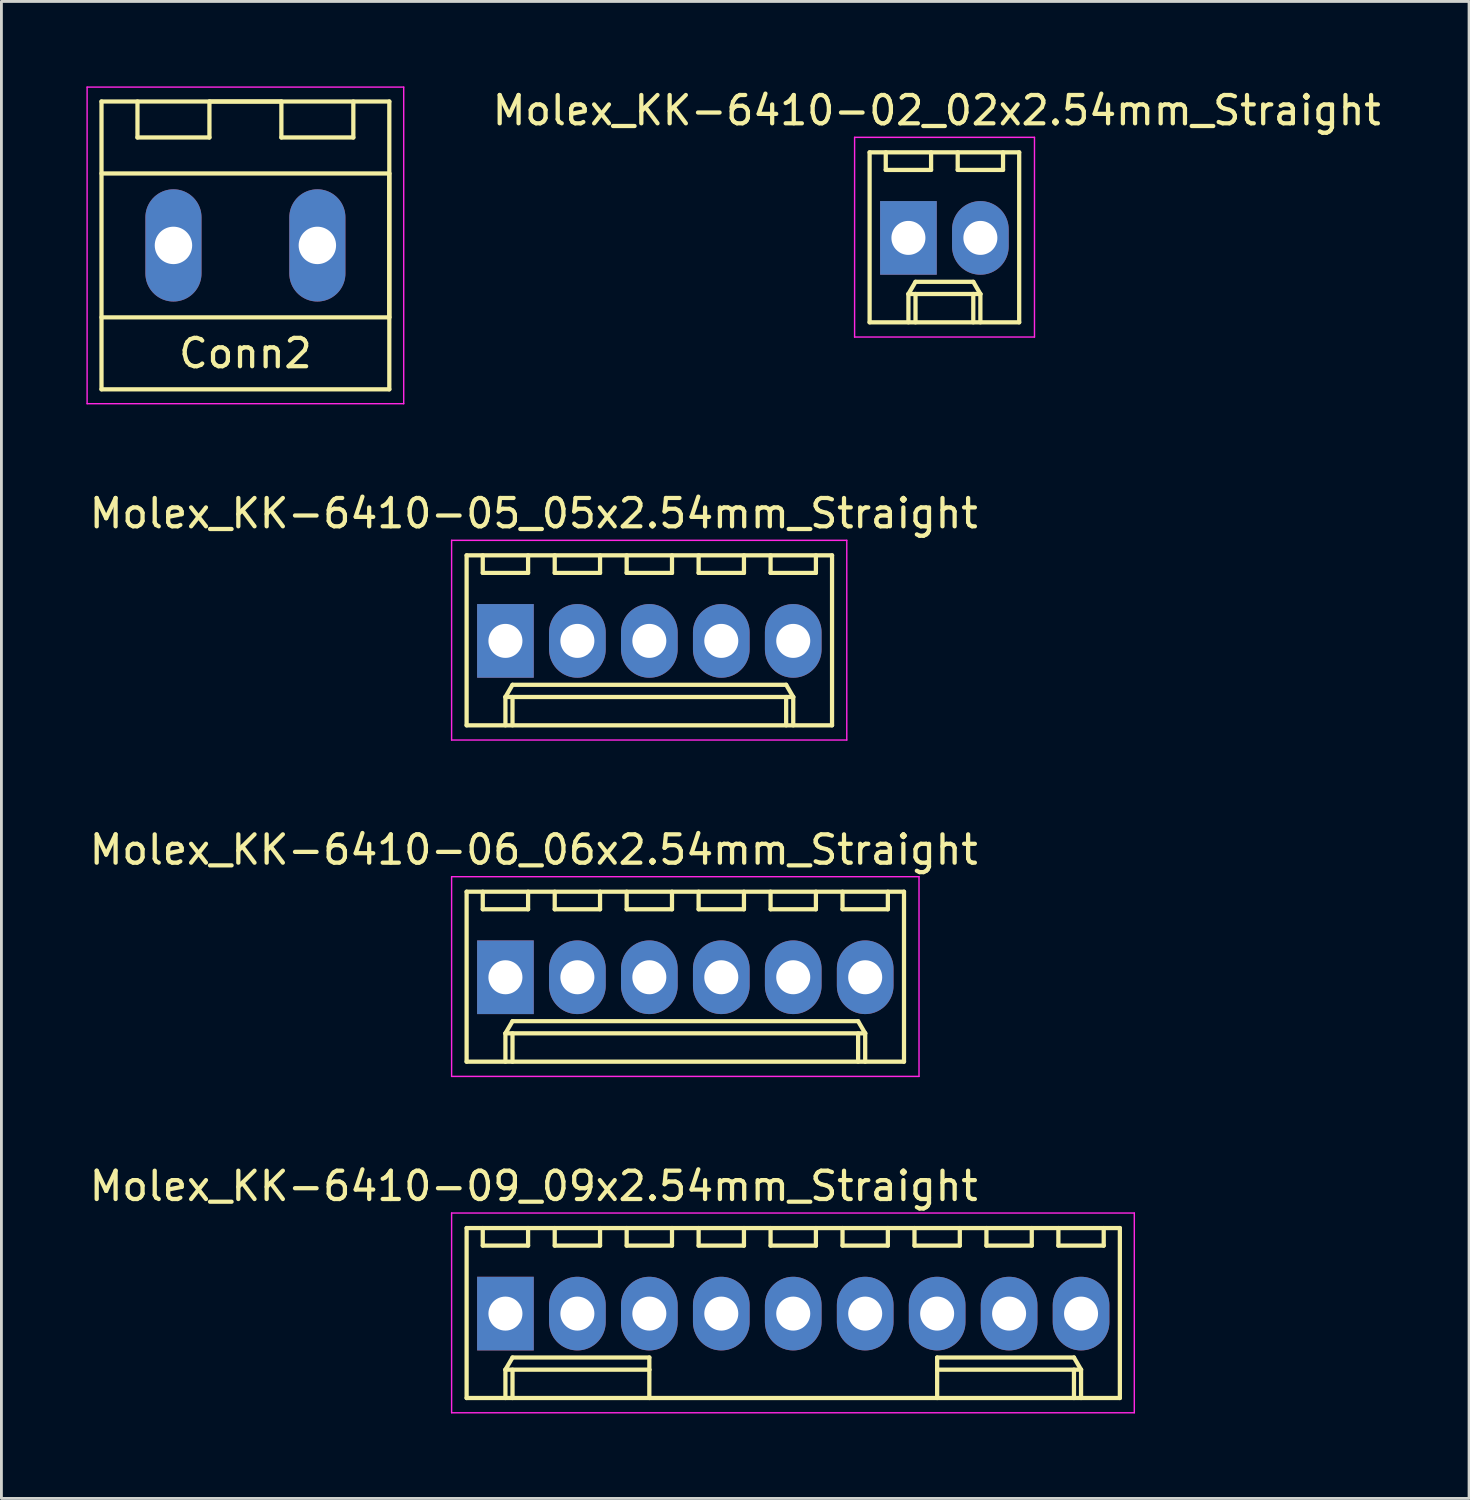
<source format=kicad_pcb>
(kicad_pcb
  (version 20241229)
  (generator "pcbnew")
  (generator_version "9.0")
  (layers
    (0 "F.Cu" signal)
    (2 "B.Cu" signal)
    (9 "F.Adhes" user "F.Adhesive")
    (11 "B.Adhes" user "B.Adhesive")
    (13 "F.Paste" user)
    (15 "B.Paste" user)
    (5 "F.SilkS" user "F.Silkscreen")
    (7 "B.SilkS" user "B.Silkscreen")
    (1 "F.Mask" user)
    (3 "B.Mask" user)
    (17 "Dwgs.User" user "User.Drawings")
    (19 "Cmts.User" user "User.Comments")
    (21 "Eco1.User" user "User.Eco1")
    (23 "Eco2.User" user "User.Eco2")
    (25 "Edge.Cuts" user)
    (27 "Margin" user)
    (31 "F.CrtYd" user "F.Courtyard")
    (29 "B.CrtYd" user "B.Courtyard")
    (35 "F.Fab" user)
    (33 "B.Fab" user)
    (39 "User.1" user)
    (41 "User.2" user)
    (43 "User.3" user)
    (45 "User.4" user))
  (footprint "Molex_KK-6410-09_09x2.54mm_Straight"
    (layer "F.Cu")
    (at 14.792 43.321)
    (property "Reference" "Molex_KK-6410-09_09x2.54mm_Straight" (at 1 -4.5 0) (layer "F.SilkS") (effects (font (size 1 1) (thickness 0.15))))
    (attr through_hole)
    (fp_line (start -1.37 -3.02) (end -1.37 2.98) (stroke (width 0.15) (type solid)) (layer "F.SilkS"))
    (fp_line (start -1.37 2.98) (end 21.69 2.98) (stroke (width 0.15) (type solid)) (layer "F.SilkS"))
    (fp_line (start -0.8 -3.02) (end -0.8 -2.4) (stroke (width 0.15) (type solid)) (layer "F.SilkS"))
    (fp_line (start -0.8 -2.4) (end 0.8 -2.4) (stroke (width 0.15) (type solid)) (layer "F.SilkS"))
    (fp_line (start 0 1.98) (end 0.25 1.55) (stroke (width 0.15) (type solid)) (layer "F.SilkS"))
    (fp_line (start 0 1.98) (end 5.08 1.98) (stroke (width 0.15) (type solid)) (layer "F.SilkS"))
    (fp_line (start 0 2.98) (end 0 1.98) (stroke (width 0.15) (type solid)) (layer "F.SilkS"))
    (fp_line (start 0.25 1.55) (end 5.08 1.55) (stroke (width 0.15) (type solid)) (layer "F.SilkS"))
    (fp_line (start 0.25 2.98) (end 0.25 1.98) (stroke (width 0.15) (type solid)) (layer "F.SilkS"))
    (fp_line (start 0.8 -2.4) (end 0.8 -3.02) (stroke (width 0.15) (type solid)) (layer "F.SilkS"))
    (fp_line (start 1.74 -3.02) (end 1.74 -2.4) (stroke (width 0.15) (type solid)) (layer "F.SilkS"))
    (fp_line (start 1.74 -2.4) (end 3.34 -2.4) (stroke (width 0.15) (type solid)) (layer "F.SilkS"))
    (fp_line (start 3.34 -2.4) (end 3.34 -3.02) (stroke (width 0.15) (type solid)) (layer "F.SilkS"))
    (fp_line (start 4.28 -3.02) (end 4.28 -2.4) (stroke (width 0.15) (type solid)) (layer "F.SilkS"))
    (fp_line (start 4.28 -2.4) (end 5.88 -2.4) (stroke (width 0.15) (type solid)) (layer "F.SilkS"))
    (fp_line (start 5.08 1.55) (end 5.08 1.98) (stroke (width 0.15) (type solid)) (layer "F.SilkS"))
    (fp_line (start 5.08 1.98) (end 5.08 2.98) (stroke (width 0.15) (type solid)) (layer "F.SilkS"))
    (fp_line (start 5.88 -2.4) (end 5.88 -3.02) (stroke (width 0.15) (type solid)) (layer "F.SilkS"))
    (fp_line (start 6.82 -3.02) (end 6.82 -2.4) (stroke (width 0.15) (type solid)) (layer "F.SilkS"))
    (fp_line (start 6.82 -2.4) (end 8.42 -2.4) (stroke (width 0.15) (type solid)) (layer "F.SilkS"))
    (fp_line (start 8.42 -2.4) (end 8.42 -3.02) (stroke (width 0.15) (type solid)) (layer "F.SilkS"))
    (fp_line (start 9.36 -3.02) (end 9.36 -2.4) (stroke (width 0.15) (type solid)) (layer "F.SilkS"))
    (fp_line (start 9.36 -2.4) (end 10.96 -2.4) (stroke (width 0.15) (type solid)) (layer "F.SilkS"))
    (fp_line (start 10.96 -2.4) (end 10.96 -3.02) (stroke (width 0.15) (type solid)) (layer "F.SilkS"))
    (fp_line (start 11.9 -3.02) (end 11.9 -2.4) (stroke (width 0.15) (type solid)) (layer "F.SilkS"))
    (fp_line (start 11.9 -2.4) (end 13.5 -2.4) (stroke (width 0.15) (type solid)) (layer "F.SilkS"))
    (fp_line (start 13.5 -2.4) (end 13.5 -3.02) (stroke (width 0.15) (type solid)) (layer "F.SilkS"))
    (fp_line (start 14.44 -3.02) (end 14.44 -2.4) (stroke (width 0.15) (type solid)) (layer "F.SilkS"))
    (fp_line (start 14.44 -2.4) (end 16.04 -2.4) (stroke (width 0.15) (type solid)) (layer "F.SilkS"))
    (fp_line (start 15.24 1.55) (end 15.24 1.98) (stroke (width 0.15) (type solid)) (layer "F.SilkS"))
    (fp_line (start 15.24 1.98) (end 15.24 2.98) (stroke (width 0.15) (type solid)) (layer "F.SilkS"))
    (fp_line (start 16.04 -2.4) (end 16.04 -3.02) (stroke (width 0.15) (type solid)) (layer "F.SilkS"))
    (fp_line (start 16.98 -3.02) (end 16.98 -2.4) (stroke (width 0.15) (type solid)) (layer "F.SilkS"))
    (fp_line (start 16.98 -2.4) (end 18.58 -2.4) (stroke (width 0.15) (type solid)) (layer "F.SilkS"))
    (fp_line (start 18.58 -2.4) (end 18.58 -3.02) (stroke (width 0.15) (type solid)) (layer "F.SilkS"))
    (fp_line (start 19.52 -3.02) (end 19.52 -2.4) (stroke (width 0.15) (type solid)) (layer "F.SilkS"))
    (fp_line (start 19.52 -2.4) (end 21.12 -2.4) (stroke (width 0.15) (type solid)) (layer "F.SilkS"))
    (fp_line (start 20.07 1.55) (end 15.24 1.55) (stroke (width 0.15) (type solid)) (layer "F.SilkS"))
    (fp_line (start 20.07 2.98) (end 20.07 1.98) (stroke (width 0.15) (type solid)) (layer "F.SilkS"))
    (fp_line (start 20.32 1.98) (end 15.24 1.98) (stroke (width 0.15) (type solid)) (layer "F.SilkS"))
    (fp_line (start 20.32 1.98) (end 20.07 1.55) (stroke (width 0.15) (type solid)) (layer "F.SilkS"))
    (fp_line (start 20.32 2.98) (end 20.32 1.98) (stroke (width 0.15) (type solid)) (layer "F.SilkS"))
    (fp_line (start 21.12 -2.4) (end 21.12 -3.02) (stroke (width 0.15) (type solid)) (layer "F.SilkS"))
    (fp_line (start 21.69 -3.02) (end -1.37 -3.02) (stroke (width 0.15) (type solid)) (layer "F.SilkS"))
    (fp_line (start 21.69 2.98) (end 21.69 -3.02) (stroke (width 0.15) (type solid)) (layer "F.SilkS"))
    (fp_line (start -1.9 -3.55) (end 22.2 -3.55) (stroke (width 0.05) (type solid)) (layer "F.CrtYd"))
    (fp_line (start -1.9 3.5) (end -1.9 -3.55) (stroke (width 0.05) (type solid)) (layer "F.CrtYd"))
    (fp_line (start 22.2 -3.55) (end 22.2 3.5) (stroke (width 0.05) (type solid)) (layer "F.CrtYd"))
    (fp_line (start 22.2 3.5) (end -1.9 3.5) (stroke (width 0.05) (type solid)) (layer "F.CrtYd"))
    (pad "1" thru_hole rect (at 0 0) (size 2 2.6) (drill 1.2) (layers "*.Cu" "*.Mask"))
    (pad "2" thru_hole oval (at 2.54 0) (size 2 2.6) (drill 1.2) (layers "*.Cu" "*.Mask"))
    (pad "3" thru_hole oval (at 5.08 0) (size 2 2.6) (drill 1.2) (layers "*.Cu" "*.Mask"))
    (pad "4" thru_hole oval (at 7.62 0) (size 2 2.6) (drill 1.2) (layers "*.Cu" "*.Mask"))
    (pad "5" thru_hole oval (at 10.16 0) (size 2 2.6) (drill 1.2) (layers "*.Cu" "*.Mask"))
    (pad "6" thru_hole oval (at 12.7 0) (size 2 2.6) (drill 1.2) (layers "*.Cu" "*.Mask"))
    (pad "7" thru_hole oval (at 15.24 0) (size 2 2.6) (drill 1.2) (layers "*.Cu" "*.Mask"))
    (pad "8" thru_hole oval (at 17.78 0) (size 2 2.6) (drill 1.2) (layers "*.Cu" "*.Mask"))
    (pad "9" thru_hole oval (at 20.32 0) (size 2 2.6) (drill 1.2) (layers "*.Cu" "*.Mask")))
  (footprint "Molex_KK-6410-06_06x2.54mm_Straight"
    (layer "F.Cu")
    (at 14.792 31.448)
    (property "Reference" "Molex_KK-6410-06_06x2.54mm_Straight" (at 1 -4.5 0) (layer "F.SilkS") (effects (font (size 1 1) (thickness 0.15))))
    (attr through_hole)
    (fp_line (start -1.37 -3.02) (end -1.37 2.98) (stroke (width 0.15) (type solid)) (layer "F.SilkS"))
    (fp_line (start -1.37 2.98) (end 14.07 2.98) (stroke (width 0.15) (type solid)) (layer "F.SilkS"))
    (fp_line (start -0.8 -3.02) (end -0.8 -2.4) (stroke (width 0.15) (type solid)) (layer "F.SilkS"))
    (fp_line (start -0.8 -2.4) (end 0.8 -2.4) (stroke (width 0.15) (type solid)) (layer "F.SilkS"))
    (fp_line (start 0 1.98) (end 0.25 1.55) (stroke (width 0.15) (type solid)) (layer "F.SilkS"))
    (fp_line (start 0 1.98) (end 12.7 1.98) (stroke (width 0.15) (type solid)) (layer "F.SilkS"))
    (fp_line (start 0 2.98) (end 0 1.98) (stroke (width 0.15) (type solid)) (layer "F.SilkS"))
    (fp_line (start 0.25 1.55) (end 12.45 1.55) (stroke (width 0.15) (type solid)) (layer "F.SilkS"))
    (fp_line (start 0.25 2.98) (end 0.25 1.98) (stroke (width 0.15) (type solid)) (layer "F.SilkS"))
    (fp_line (start 0.8 -2.4) (end 0.8 -3.02) (stroke (width 0.15) (type solid)) (layer "F.SilkS"))
    (fp_line (start 1.74 -3.02) (end 1.74 -2.4) (stroke (width 0.15) (type solid)) (layer "F.SilkS"))
    (fp_line (start 1.74 -2.4) (end 3.34 -2.4) (stroke (width 0.15) (type solid)) (layer "F.SilkS"))
    (fp_line (start 3.34 -2.4) (end 3.34 -3.02) (stroke (width 0.15) (type solid)) (layer "F.SilkS"))
    (fp_line (start 4.28 -3.02) (end 4.28 -2.4) (stroke (width 0.15) (type solid)) (layer "F.SilkS"))
    (fp_line (start 4.28 -2.4) (end 5.88 -2.4) (stroke (width 0.15) (type solid)) (layer "F.SilkS"))
    (fp_line (start 5.88 -2.4) (end 5.88 -3.02) (stroke (width 0.15) (type solid)) (layer "F.SilkS"))
    (fp_line (start 6.82 -3.02) (end 6.82 -2.4) (stroke (width 0.15) (type solid)) (layer "F.SilkS"))
    (fp_line (start 6.82 -2.4) (end 8.42 -2.4) (stroke (width 0.15) (type solid)) (layer "F.SilkS"))
    (fp_line (start 8.42 -2.4) (end 8.42 -3.02) (stroke (width 0.15) (type solid)) (layer "F.SilkS"))
    (fp_line (start 9.36 -3.02) (end 9.36 -2.4) (stroke (width 0.15) (type solid)) (layer "F.SilkS"))
    (fp_line (start 9.36 -2.4) (end 10.96 -2.4) (stroke (width 0.15) (type solid)) (layer "F.SilkS"))
    (fp_line (start 10.96 -2.4) (end 10.96 -3.02) (stroke (width 0.15) (type solid)) (layer "F.SilkS"))
    (fp_line (start 11.9 -3.02) (end 11.9 -2.4) (stroke (width 0.15) (type solid)) (layer "F.SilkS"))
    (fp_line (start 11.9 -2.4) (end 13.5 -2.4) (stroke (width 0.15) (type solid)) (layer "F.SilkS"))
    (fp_line (start 12.45 1.55) (end 12.7 1.98) (stroke (width 0.15) (type solid)) (layer "F.SilkS"))
    (fp_line (start 12.45 2.98) (end 12.45 1.98) (stroke (width 0.15) (type solid)) (layer "F.SilkS"))
    (fp_line (start 12.7 1.98) (end 12.7 2.98) (stroke (width 0.15) (type solid)) (layer "F.SilkS"))
    (fp_line (start 13.5 -2.4) (end 13.5 -3.02) (stroke (width 0.15) (type solid)) (layer "F.SilkS"))
    (fp_line (start 14.07 -3.02) (end -1.37 -3.02) (stroke (width 0.15) (type solid)) (layer "F.SilkS"))
    (fp_line (start 14.07 2.98) (end 14.07 -3.02) (stroke (width 0.15) (type solid)) (layer "F.SilkS"))
    (fp_line (start -1.9 -3.55) (end 14.6 -3.55) (stroke (width 0.05) (type solid)) (layer "F.CrtYd"))
    (fp_line (start -1.9 3.5) (end -1.9 -3.55) (stroke (width 0.05) (type solid)) (layer "F.CrtYd"))
    (fp_line (start 14.6 -3.55) (end 14.6 3.5) (stroke (width 0.05) (type solid)) (layer "F.CrtYd"))
    (fp_line (start 14.6 3.5) (end -1.9 3.5) (stroke (width 0.05) (type solid)) (layer "F.CrtYd"))
    (pad "1" thru_hole rect (at 0 0) (size 2 2.6) (drill 1.2) (layers "*.Cu" "*.Mask"))
    (pad "2" thru_hole oval (at 2.54 0) (size 2 2.6) (drill 1.2) (layers "*.Cu" "*.Mask"))
    (pad "3" thru_hole oval (at 5.08 0) (size 2 2.6) (drill 1.2) (layers "*.Cu" "*.Mask"))
    (pad "4" thru_hole oval (at 7.62 0) (size 2 2.6) (drill 1.2) (layers "*.Cu" "*.Mask"))
    (pad "5" thru_hole oval (at 10.16 0) (size 2 2.6) (drill 1.2) (layers "*.Cu" "*.Mask"))
    (pad "6" thru_hole oval (at 12.7 0) (size 2 2.6) (drill 1.2) (layers "*.Cu" "*.Mask")))
  (footprint "Conn2"
    (layer "F.Cu")
    (at 3.073 5.613)
    (property "Reference" "Conn2" (at 2.54 3.81 0) (layer "F.SilkS") (effects (font (size 1 1) (thickness 0.15))))
    (attr exclude_from_pos_files exclude_from_bom)
    (fp_line (start -2.54 -5.08) (end 7.62 -5.08) (stroke (width 0.15) (type solid)) (layer "F.SilkS"))
    (fp_line (start -2.54 -2.54) (end 7.62 -2.54) (stroke (width 0.15) (type solid)) (layer "F.SilkS"))
    (fp_line (start -2.54 5.08) (end -2.54 -5.08) (stroke (width 0.15) (type solid)) (layer "F.SilkS"))
    (fp_line (start -1.27 -5.08) (end -1.27 -3.81) (stroke (width 0.15) (type solid)) (layer "F.SilkS"))
    (fp_line (start -1.27 -3.81) (end 1.27 -3.81) (stroke (width 0.15) (type solid)) (layer "F.SilkS"))
    (fp_line (start 1.27 -5.08) (end 3.81 -5.08) (stroke (width 0.15) (type solid)) (layer "F.SilkS"))
    (fp_line (start 1.27 -3.81) (end 1.27 -5.08) (stroke (width 0.15) (type solid)) (layer "F.SilkS"))
    (fp_line (start 3.81 -5.08) (end 3.81 -3.81) (stroke (width 0.15) (type solid)) (layer "F.SilkS"))
    (fp_line (start 3.81 -3.81) (end 6.35 -3.81) (stroke (width 0.15) (type solid)) (layer "F.SilkS"))
    (fp_line (start 6.35 -3.81) (end 6.35 -5.08) (stroke (width 0.15) (type solid)) (layer "F.SilkS"))
    (fp_line (start 7.62 -5.08) (end 7.62 5.08) (stroke (width 0.15) (type solid)) (layer "F.SilkS"))
    (fp_line (start 7.62 -2.54) (end 7.62 2.54) (stroke (width 0.15) (type solid)) (layer "F.SilkS"))
    (fp_line (start 7.62 2.54) (end -2.54 2.54) (stroke (width 0.15) (type solid)) (layer "F.SilkS"))
    (fp_line (start 7.62 5.08) (end -2.54 5.08) (stroke (width 0.15) (type solid)) (layer "F.SilkS"))
    (fp_line (start -3.048 -5.588) (end 8.128 -5.588) (stroke (width 0.05) (type solid)) (layer "F.CrtYd"))
    (fp_line (start -3.048 5.588) (end -3.048 -5.588) (stroke (width 0.05) (type solid)) (layer "F.CrtYd"))
    (fp_line (start 8.128 -5.588) (end 8.128 5.588) (stroke (width 0.05) (type solid)) (layer "F.CrtYd"))
    (fp_line (start 8.128 5.588) (end -3.048 5.588) (stroke (width 0.05) (type solid)) (layer "F.CrtYd"))
    (pad "1" thru_hole oval (at 0 0) (size 1.981 3.962) (drill 1.321) (layers "*.Cu" "F.Mask" "F.Paste"))
    (pad "2" thru_hole oval (at 5.08 0) (size 1.981 3.962) (drill 1.321) (layers "*.Cu" "F.Mask" "F.Paste")))
  (footprint "Molex_KK-6410-05_05x2.54mm_Straight"
    (layer "F.Cu")
    (at 14.792 19.574)
    (property "Reference" "Molex_KK-6410-05_05x2.54mm_Straight" (at 1 -4.5 0) (layer "F.SilkS") (effects (font (size 1 1) (thickness 0.15))))
    (attr through_hole)
    (fp_line (start -1.37 -3.02) (end -1.37 2.98) (stroke (width 0.15) (type solid)) (layer "F.SilkS"))
    (fp_line (start -1.37 2.98) (end 11.53 2.98) (stroke (width 0.15) (type solid)) (layer "F.SilkS"))
    (fp_line (start -0.8 -3.02) (end -0.8 -2.4) (stroke (width 0.15) (type solid)) (layer "F.SilkS"))
    (fp_line (start -0.8 -2.4) (end 0.8 -2.4) (stroke (width 0.15) (type solid)) (layer "F.SilkS"))
    (fp_line (start 0 1.98) (end 0.25 1.55) (stroke (width 0.15) (type solid)) (layer "F.SilkS"))
    (fp_line (start 0 1.98) (end 10.16 1.98) (stroke (width 0.15) (type solid)) (layer "F.SilkS"))
    (fp_line (start 0 2.98) (end 0 1.98) (stroke (width 0.15) (type solid)) (layer "F.SilkS"))
    (fp_line (start 0.25 1.55) (end 9.91 1.55) (stroke (width 0.15) (type solid)) (layer "F.SilkS"))
    (fp_line (start 0.25 2.98) (end 0.25 1.98) (stroke (width 0.15) (type solid)) (layer "F.SilkS"))
    (fp_line (start 0.8 -2.4) (end 0.8 -3.02) (stroke (width 0.15) (type solid)) (layer "F.SilkS"))
    (fp_line (start 1.74 -3.02) (end 1.74 -2.4) (stroke (width 0.15) (type solid)) (layer "F.SilkS"))
    (fp_line (start 1.74 -2.4) (end 3.34 -2.4) (stroke (width 0.15) (type solid)) (layer "F.SilkS"))
    (fp_line (start 3.34 -2.4) (end 3.34 -3.02) (stroke (width 0.15) (type solid)) (layer "F.SilkS"))
    (fp_line (start 4.28 -3.02) (end 4.28 -2.4) (stroke (width 0.15) (type solid)) (layer "F.SilkS"))
    (fp_line (start 4.28 -2.4) (end 5.88 -2.4) (stroke (width 0.15) (type solid)) (layer "F.SilkS"))
    (fp_line (start 5.88 -2.4) (end 5.88 -3.02) (stroke (width 0.15) (type solid)) (layer "F.SilkS"))
    (fp_line (start 6.82 -3.02) (end 6.82 -2.4) (stroke (width 0.15) (type solid)) (layer "F.SilkS"))
    (fp_line (start 6.82 -2.4) (end 8.42 -2.4) (stroke (width 0.15) (type solid)) (layer "F.SilkS"))
    (fp_line (start 8.42 -2.4) (end 8.42 -3.02) (stroke (width 0.15) (type solid)) (layer "F.SilkS"))
    (fp_line (start 9.36 -3.02) (end 9.36 -2.4) (stroke (width 0.15) (type solid)) (layer "F.SilkS"))
    (fp_line (start 9.36 -2.4) (end 10.96 -2.4) (stroke (width 0.15) (type solid)) (layer "F.SilkS"))
    (fp_line (start 9.91 1.55) (end 10.16 1.98) (stroke (width 0.15) (type solid)) (layer "F.SilkS"))
    (fp_line (start 9.91 2.98) (end 9.91 1.98) (stroke (width 0.15) (type solid)) (layer "F.SilkS"))
    (fp_line (start 10.16 1.98) (end 10.16 2.98) (stroke (width 0.15) (type solid)) (layer "F.SilkS"))
    (fp_line (start 10.96 -2.4) (end 10.96 -3.02) (stroke (width 0.15) (type solid)) (layer "F.SilkS"))
    (fp_line (start 11.53 -3.02) (end -1.37 -3.02) (stroke (width 0.15) (type solid)) (layer "F.SilkS"))
    (fp_line (start 11.53 2.98) (end 11.53 -3.02) (stroke (width 0.15) (type solid)) (layer "F.SilkS"))
    (fp_line (start -1.9 -3.55) (end 12.05 -3.55) (stroke (width 0.05) (type solid)) (layer "F.CrtYd"))
    (fp_line (start -1.9 3.5) (end -1.9 -3.55) (stroke (width 0.05) (type solid)) (layer "F.CrtYd"))
    (fp_line (start 12.05 -3.55) (end 12.05 3.5) (stroke (width 0.05) (type solid)) (layer "F.CrtYd"))
    (fp_line (start 12.05 3.5) (end -1.9 3.5) (stroke (width 0.05) (type solid)) (layer "F.CrtYd"))
    (pad "1" thru_hole rect (at 0 0) (size 2 2.6) (drill 1.2) (layers "*.Cu" "*.Mask"))
    (pad "2" thru_hole oval (at 2.54 0) (size 2 2.6) (drill 1.2) (layers "*.Cu" "*.Mask"))
    (pad "3" thru_hole oval (at 5.08 0) (size 2 2.6) (drill 1.2) (layers "*.Cu" "*.Mask"))
    (pad "4" thru_hole oval (at 7.62 0) (size 2 2.6) (drill 1.2) (layers "*.Cu" "*.Mask"))
    (pad "5" thru_hole oval (at 10.16 0) (size 2 2.6) (drill 1.2) (layers "*.Cu" "*.Mask")))
  (footprint "Molex_KK-6410-02_02x2.54mm_Straight"
    (layer "F.Cu")
    (at 29.018 5.348)
    (property "Reference" "Molex_KK-6410-02_02x2.54mm_Straight" (at 1 -4.5 0) (layer "F.SilkS") (effects (font (size 1 1) (thickness 0.15))))
    (attr through_hole)
    (fp_line (start -1.37 -3.02) (end -1.37 2.98) (stroke (width 0.15) (type solid)) (layer "F.SilkS"))
    (fp_line (start -1.37 2.98) (end 3.91 2.98) (stroke (width 0.15) (type solid)) (layer "F.SilkS"))
    (fp_line (start -0.8 -3.02) (end -0.8 -2.4) (stroke (width 0.15) (type solid)) (layer "F.SilkS"))
    (fp_line (start -0.8 -2.4) (end 0.8 -2.4) (stroke (width 0.15) (type solid)) (layer "F.SilkS"))
    (fp_line (start 0 1.98) (end 0.25 1.55) (stroke (width 0.15) (type solid)) (layer "F.SilkS"))
    (fp_line (start 0 1.98) (end 2.54 1.98) (stroke (width 0.15) (type solid)) (layer "F.SilkS"))
    (fp_line (start 0 2.98) (end 0 1.98) (stroke (width 0.15) (type solid)) (layer "F.SilkS"))
    (fp_line (start 0.25 1.55) (end 2.29 1.55) (stroke (width 0.15) (type solid)) (layer "F.SilkS"))
    (fp_line (start 0.25 2.98) (end 0.25 1.98) (stroke (width 0.15) (type solid)) (layer "F.SilkS"))
    (fp_line (start 0.8 -2.4) (end 0.8 -3.02) (stroke (width 0.15) (type solid)) (layer "F.SilkS"))
    (fp_line (start 1.74 -3.02) (end 1.74 -2.4) (stroke (width 0.15) (type solid)) (layer "F.SilkS"))
    (fp_line (start 1.74 -2.4) (end 3.34 -2.4) (stroke (width 0.15) (type solid)) (layer "F.SilkS"))
    (fp_line (start 2.29 1.55) (end 2.54 1.98) (stroke (width 0.15) (type solid)) (layer "F.SilkS"))
    (fp_line (start 2.29 2.98) (end 2.29 1.98) (stroke (width 0.15) (type solid)) (layer "F.SilkS"))
    (fp_line (start 2.54 1.98) (end 2.54 2.98) (stroke (width 0.15) (type solid)) (layer "F.SilkS"))
    (fp_line (start 3.34 -2.4) (end 3.34 -3.02) (stroke (width 0.15) (type solid)) (layer "F.SilkS"))
    (fp_line (start 3.91 -3.02) (end -1.37 -3.02) (stroke (width 0.15) (type solid)) (layer "F.SilkS"))
    (fp_line (start 3.91 2.98) (end 3.91 -3.02) (stroke (width 0.15) (type solid)) (layer "F.SilkS"))
    (fp_line (start -1.9 -3.55) (end 4.45 -3.55) (stroke (width 0.05) (type solid)) (layer "F.CrtYd"))
    (fp_line (start -1.9 3.5) (end -1.9 -3.55) (stroke (width 0.05) (type solid)) (layer "F.CrtYd"))
    (fp_line (start 4.45 -3.55) (end 4.45 3.5) (stroke (width 0.05) (type solid)) (layer "F.CrtYd"))
    (fp_line (start 4.45 3.5) (end -1.9 3.5) (stroke (width 0.05) (type solid)) (layer "F.CrtYd"))
    (pad "1" thru_hole rect (at 0 0) (size 2 2.6) (drill 1.2) (layers "*.Cu" "*.Mask"))
    (pad "2" thru_hole oval (at 2.54 0) (size 2 2.6) (drill 1.2) (layers "*.Cu" "*.Mask")))
  (gr_rect
    (start -3 -3)
    (end 48.809 49.846)
    (stroke (width 0.1) (type default))
    (fill no)
    (layer "Edge.Cuts")))
</source>
